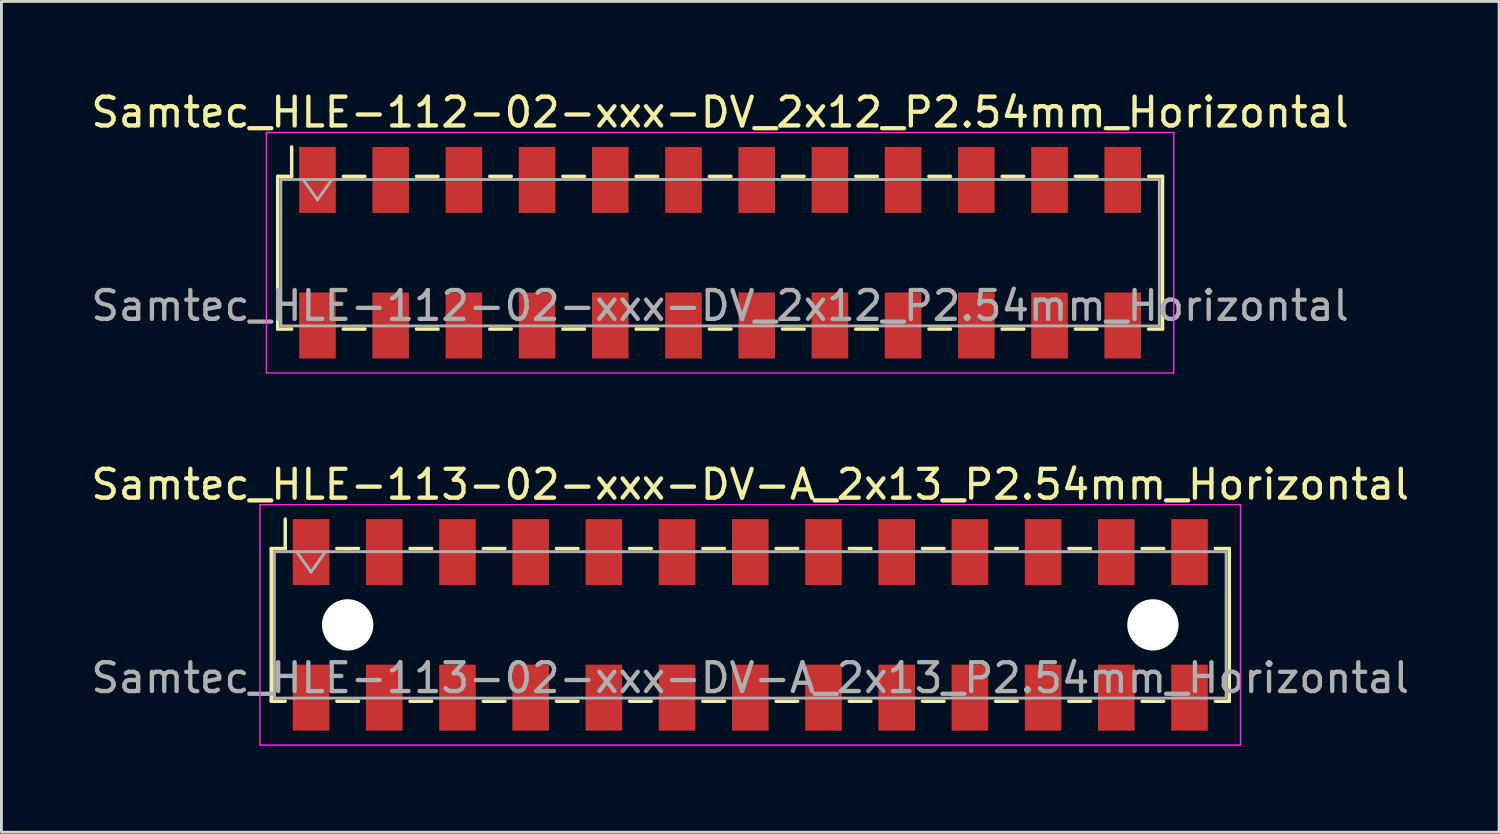
<source format=kicad_pcb>
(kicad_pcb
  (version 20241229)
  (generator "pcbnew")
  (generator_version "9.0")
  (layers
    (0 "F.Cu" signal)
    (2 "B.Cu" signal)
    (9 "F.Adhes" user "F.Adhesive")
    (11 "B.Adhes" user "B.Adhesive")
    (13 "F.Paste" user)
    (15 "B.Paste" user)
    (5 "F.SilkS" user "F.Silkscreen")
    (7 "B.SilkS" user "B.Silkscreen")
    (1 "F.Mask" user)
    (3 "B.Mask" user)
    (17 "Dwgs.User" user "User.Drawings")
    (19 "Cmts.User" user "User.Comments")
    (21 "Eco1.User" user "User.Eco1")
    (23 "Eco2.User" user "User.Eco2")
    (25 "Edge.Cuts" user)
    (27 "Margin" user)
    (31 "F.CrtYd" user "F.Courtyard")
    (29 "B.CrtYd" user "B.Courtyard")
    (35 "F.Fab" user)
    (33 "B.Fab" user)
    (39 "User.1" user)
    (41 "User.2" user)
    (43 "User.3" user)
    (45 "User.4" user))
  (footprint "Samtec_HLE-112-02-xxx-DV_2x12_P2.54mm_Horizontal"
    (layer "F.Cu")
    (at 21.935 5.718)
    (property "Reference" "Samtec_HLE-112-02-xxx-DV_2x12_P2.54mm_Horizontal" (at 0 -4.87 0) (layer "F.SilkS") (effects (font (size 1 1) (thickness 0.15))))
    (attr smd)
    (fp_line (start -15.35 -2.65) (end -15.35 2.65) (stroke (width 0.12) (type solid)) (layer "F.SilkS"))
    (fp_line (start -15.35 2.65) (end -14.865 2.65) (stroke (width 0.12) (type solid)) (layer "F.SilkS"))
    (fp_line (start -14.865 -3.67) (end -14.865 -2.65) (stroke (width 0.12) (type solid)) (layer "F.SilkS"))
    (fp_line (start -14.865 -2.65) (end -15.35 -2.65) (stroke (width 0.12) (type solid)) (layer "F.SilkS"))
    (fp_line (start -13.075 -2.65) (end -12.325 -2.65) (stroke (width 0.12) (type solid)) (layer "F.SilkS"))
    (fp_line (start -13.075 2.65) (end -12.325 2.65) (stroke (width 0.12) (type solid)) (layer "F.SilkS"))
    (fp_line (start -10.535 -2.65) (end -9.785 -2.65) (stroke (width 0.12) (type solid)) (layer "F.SilkS"))
    (fp_line (start -10.535 2.65) (end -9.785 2.65) (stroke (width 0.12) (type solid)) (layer "F.SilkS"))
    (fp_line (start -7.995 -2.65) (end -7.245 -2.65) (stroke (width 0.12) (type solid)) (layer "F.SilkS"))
    (fp_line (start -7.995 2.65) (end -7.245 2.65) (stroke (width 0.12) (type solid)) (layer "F.SilkS"))
    (fp_line (start -5.455 -2.65) (end -4.705 -2.65) (stroke (width 0.12) (type solid)) (layer "F.SilkS"))
    (fp_line (start -5.455 2.65) (end -4.705 2.65) (stroke (width 0.12) (type solid)) (layer "F.SilkS"))
    (fp_line (start -2.915 -2.65) (end -2.165 -2.65) (stroke (width 0.12) (type solid)) (layer "F.SilkS"))
    (fp_line (start -2.915 2.65) (end -2.165 2.65) (stroke (width 0.12) (type solid)) (layer "F.SilkS"))
    (fp_line (start -0.375 -2.65) (end 0.375 -2.65) (stroke (width 0.12) (type solid)) (layer "F.SilkS"))
    (fp_line (start -0.375 2.65) (end 0.375 2.65) (stroke (width 0.12) (type solid)) (layer "F.SilkS"))
    (fp_line (start 2.165 -2.65) (end 2.915 -2.65) (stroke (width 0.12) (type solid)) (layer "F.SilkS"))
    (fp_line (start 2.165 2.65) (end 2.915 2.65) (stroke (width 0.12) (type solid)) (layer "F.SilkS"))
    (fp_line (start 4.705 -2.65) (end 5.455 -2.65) (stroke (width 0.12) (type solid)) (layer "F.SilkS"))
    (fp_line (start 4.705 2.65) (end 5.455 2.65) (stroke (width 0.12) (type solid)) (layer "F.SilkS"))
    (fp_line (start 7.245 -2.65) (end 7.995 -2.65) (stroke (width 0.12) (type solid)) (layer "F.SilkS"))
    (fp_line (start 7.245 2.65) (end 7.995 2.65) (stroke (width 0.12) (type solid)) (layer "F.SilkS"))
    (fp_line (start 9.785 -2.65) (end 10.535 -2.65) (stroke (width 0.12) (type solid)) (layer "F.SilkS"))
    (fp_line (start 9.785 2.65) (end 10.535 2.65) (stroke (width 0.12) (type solid)) (layer "F.SilkS"))
    (fp_line (start 12.325 -2.65) (end 13.075 -2.65) (stroke (width 0.12) (type solid)) (layer "F.SilkS"))
    (fp_line (start 12.325 2.65) (end 13.075 2.65) (stroke (width 0.12) (type solid)) (layer "F.SilkS"))
    (fp_line (start 14.865 -2.65) (end 15.35 -2.65) (stroke (width 0.12) (type solid)) (layer "F.SilkS"))
    (fp_line (start 15.35 -2.65) (end 15.35 2.65) (stroke (width 0.12) (type solid)) (layer "F.SilkS"))
    (fp_line (start 15.35 2.65) (end 14.865 2.65) (stroke (width 0.12) (type solid)) (layer "F.SilkS"))
    (fp_line (start -15.74 -4.17) (end 15.74 -4.17) (stroke (width 0.05) (type solid)) (layer "F.CrtYd"))
    (fp_line (start -15.74 4.17) (end -15.74 -4.17) (stroke (width 0.05) (type solid)) (layer "F.CrtYd"))
    (fp_line (start 15.74 -4.17) (end 15.74 4.17) (stroke (width 0.05) (type solid)) (layer "F.CrtYd"))
    (fp_line (start 15.74 4.17) (end -15.74 4.17) (stroke (width 0.05) (type solid)) (layer "F.CrtYd"))
    (fp_line (start -15.24 -2.54) (end 15.24 -2.54) (stroke (width 0.1) (type solid)) (layer "F.Fab"))
    (fp_line (start -15.24 2.54) (end -15.24 -2.54) (stroke (width 0.1) (type solid)) (layer "F.Fab"))
    (fp_line (start -14.47 -2.54) (end -13.97 -1.833) (stroke (width 0.1) (type solid)) (layer "F.Fab"))
    (fp_line (start -13.97 -1.833) (end -13.47 -2.54) (stroke (width 0.1) (type solid)) (layer "F.Fab"))
    (fp_line (start 15.24 -2.54) (end 15.24 2.54) (stroke (width 0.1) (type solid)) (layer "F.Fab"))
    (fp_line (start 15.24 2.54) (end -15.24 2.54) (stroke (width 0.1) (type solid)) (layer "F.Fab"))
    (fp_text user "${REFERENCE}" (at 0 1.84 0) (layer "F.Fab") (effects (font (size 1 1) (thickness 0.15))))
    (pad "1" smd rect (at -13.97 -2.525) (size 1.27 2.29) (layers "F.Cu" "F.Mask" "F.Paste"))
    (pad "2" smd rect (at -13.97 2.525) (size 1.27 2.29) (layers "F.Cu" "F.Mask" "F.Paste"))
    (pad "3" smd rect (at -11.43 -2.525) (size 1.27 2.29) (layers "F.Cu" "F.Mask" "F.Paste"))
    (pad "4" smd rect (at -11.43 2.525) (size 1.27 2.29) (layers "F.Cu" "F.Mask" "F.Paste"))
    (pad "5" smd rect (at -8.89 -2.525) (size 1.27 2.29) (layers "F.Cu" "F.Mask" "F.Paste"))
    (pad "6" smd rect (at -8.89 2.525) (size 1.27 2.29) (layers "F.Cu" "F.Mask" "F.Paste"))
    (pad "7" smd rect (at -6.35 -2.525) (size 1.27 2.29) (layers "F.Cu" "F.Mask" "F.Paste"))
    (pad "8" smd rect (at -6.35 2.525) (size 1.27 2.29) (layers "F.Cu" "F.Mask" "F.Paste"))
    (pad "9" smd rect (at -3.81 -2.525) (size 1.27 2.29) (layers "F.Cu" "F.Mask" "F.Paste"))
    (pad "10" smd rect (at -3.81 2.525) (size 1.27 2.29) (layers "F.Cu" "F.Mask" "F.Paste"))
    (pad "11" smd rect (at -1.27 -2.525) (size 1.27 2.29) (layers "F.Cu" "F.Mask" "F.Paste"))
    (pad "12" smd rect (at -1.27 2.525) (size 1.27 2.29) (layers "F.Cu" "F.Mask" "F.Paste"))
    (pad "13" smd rect (at 1.27 -2.525) (size 1.27 2.29) (layers "F.Cu" "F.Mask" "F.Paste"))
    (pad "14" smd rect (at 1.27 2.525) (size 1.27 2.29) (layers "F.Cu" "F.Mask" "F.Paste"))
    (pad "15" smd rect (at 3.81 -2.525) (size 1.27 2.29) (layers "F.Cu" "F.Mask" "F.Paste"))
    (pad "16" smd rect (at 3.81 2.525) (size 1.27 2.29) (layers "F.Cu" "F.Mask" "F.Paste"))
    (pad "17" smd rect (at 6.35 -2.525) (size 1.27 2.29) (layers "F.Cu" "F.Mask" "F.Paste"))
    (pad "18" smd rect (at 6.35 2.525) (size 1.27 2.29) (layers "F.Cu" "F.Mask" "F.Paste"))
    (pad "19" smd rect (at 8.89 -2.525) (size 1.27 2.29) (layers "F.Cu" "F.Mask" "F.Paste"))
    (pad "20" smd rect (at 8.89 2.525) (size 1.27 2.29) (layers "F.Cu" "F.Mask" "F.Paste"))
    (pad "21" smd rect (at 11.43 -2.525) (size 1.27 2.29) (layers "F.Cu" "F.Mask" "F.Paste"))
    (pad "22" smd rect (at 11.43 2.525) (size 1.27 2.29) (layers "F.Cu" "F.Mask" "F.Paste"))
    (pad "23" smd rect (at 13.97 -2.525) (size 1.27 2.29) (layers "F.Cu" "F.Mask" "F.Paste"))
    (pad "24" smd rect (at 13.97 2.525) (size 1.27 2.29) (layers "F.Cu" "F.Mask" "F.Paste")))
  (footprint "Samtec_HLE-113-02-xxx-DV-A_2x13_P2.54mm_Horizontal"
    (layer "F.Cu")
    (at 22.982 18.631)
    (property "Reference" "Samtec_HLE-113-02-xxx-DV-A_2x13_P2.54mm_Horizontal" (at 0 -4.87 0) (layer "F.SilkS") (effects (font (size 1 1) (thickness 0.15))))
    (attr smd)
    (fp_line (start -16.62 -2.65) (end -16.62 2.65) (stroke (width 0.12) (type solid)) (layer "F.SilkS"))
    (fp_line (start -16.62 2.65) (end -16.135 2.65) (stroke (width 0.12) (type solid)) (layer "F.SilkS"))
    (fp_line (start -16.135 -3.67) (end -16.135 -2.65) (stroke (width 0.12) (type solid)) (layer "F.SilkS"))
    (fp_line (start -16.135 -2.65) (end -16.62 -2.65) (stroke (width 0.12) (type solid)) (layer "F.SilkS"))
    (fp_line (start -14.345 -2.65) (end -13.595 -2.65) (stroke (width 0.12) (type solid)) (layer "F.SilkS"))
    (fp_line (start -14.345 2.65) (end -13.595 2.65) (stroke (width 0.12) (type solid)) (layer "F.SilkS"))
    (fp_line (start -11.805 -2.65) (end -11.055 -2.65) (stroke (width 0.12) (type solid)) (layer "F.SilkS"))
    (fp_line (start -11.805 2.65) (end -11.055 2.65) (stroke (width 0.12) (type solid)) (layer "F.SilkS"))
    (fp_line (start -9.265 -2.65) (end -8.515 -2.65) (stroke (width 0.12) (type solid)) (layer "F.SilkS"))
    (fp_line (start -9.265 2.65) (end -8.515 2.65) (stroke (width 0.12) (type solid)) (layer "F.SilkS"))
    (fp_line (start -6.725 -2.65) (end -5.975 -2.65) (stroke (width 0.12) (type solid)) (layer "F.SilkS"))
    (fp_line (start -6.725 2.65) (end -5.975 2.65) (stroke (width 0.12) (type solid)) (layer "F.SilkS"))
    (fp_line (start -4.185 -2.65) (end -3.435 -2.65) (stroke (width 0.12) (type solid)) (layer "F.SilkS"))
    (fp_line (start -4.185 2.65) (end -3.435 2.65) (stroke (width 0.12) (type solid)) (layer "F.SilkS"))
    (fp_line (start -1.645 -2.65) (end -0.895 -2.65) (stroke (width 0.12) (type solid)) (layer "F.SilkS"))
    (fp_line (start -1.645 2.65) (end -0.895 2.65) (stroke (width 0.12) (type solid)) (layer "F.SilkS"))
    (fp_line (start 0.895 -2.65) (end 1.645 -2.65) (stroke (width 0.12) (type solid)) (layer "F.SilkS"))
    (fp_line (start 0.895 2.65) (end 1.645 2.65) (stroke (width 0.12) (type solid)) (layer "F.SilkS"))
    (fp_line (start 3.435 -2.65) (end 4.185 -2.65) (stroke (width 0.12) (type solid)) (layer "F.SilkS"))
    (fp_line (start 3.435 2.65) (end 4.185 2.65) (stroke (width 0.12) (type solid)) (layer "F.SilkS"))
    (fp_line (start 5.975 -2.65) (end 6.725 -2.65) (stroke (width 0.12) (type solid)) (layer "F.SilkS"))
    (fp_line (start 5.975 2.65) (end 6.725 2.65) (stroke (width 0.12) (type solid)) (layer "F.SilkS"))
    (fp_line (start 8.515 -2.65) (end 9.265 -2.65) (stroke (width 0.12) (type solid)) (layer "F.SilkS"))
    (fp_line (start 8.515 2.65) (end 9.265 2.65) (stroke (width 0.12) (type solid)) (layer "F.SilkS"))
    (fp_line (start 11.055 -2.65) (end 11.805 -2.65) (stroke (width 0.12) (type solid)) (layer "F.SilkS"))
    (fp_line (start 11.055 2.65) (end 11.805 2.65) (stroke (width 0.12) (type solid)) (layer "F.SilkS"))
    (fp_line (start 13.595 -2.65) (end 14.345 -2.65) (stroke (width 0.12) (type solid)) (layer "F.SilkS"))
    (fp_line (start 13.595 2.65) (end 14.345 2.65) (stroke (width 0.12) (type solid)) (layer "F.SilkS"))
    (fp_line (start 16.135 -2.65) (end 16.62 -2.65) (stroke (width 0.12) (type solid)) (layer "F.SilkS"))
    (fp_line (start 16.62 -2.65) (end 16.62 2.65) (stroke (width 0.12) (type solid)) (layer "F.SilkS"))
    (fp_line (start 16.62 2.65) (end 16.135 2.65) (stroke (width 0.12) (type solid)) (layer "F.SilkS"))
    (fp_line (start -17.01 -4.17) (end 17.01 -4.17) (stroke (width 0.05) (type solid)) (layer "F.CrtYd"))
    (fp_line (start -17.01 4.17) (end -17.01 -4.17) (stroke (width 0.05) (type solid)) (layer "F.CrtYd"))
    (fp_line (start 17.01 -4.17) (end 17.01 4.17) (stroke (width 0.05) (type solid)) (layer "F.CrtYd"))
    (fp_line (start 17.01 4.17) (end -17.01 4.17) (stroke (width 0.05) (type solid)) (layer "F.CrtYd"))
    (fp_line (start -16.51 -2.54) (end 16.51 -2.54) (stroke (width 0.1) (type solid)) (layer "F.Fab"))
    (fp_line (start -16.51 2.54) (end -16.51 -2.54) (stroke (width 0.1) (type solid)) (layer "F.Fab"))
    (fp_line (start -15.74 -2.54) (end -15.24 -1.833) (stroke (width 0.1) (type solid)) (layer "F.Fab"))
    (fp_line (start -15.24 -1.833) (end -14.74 -2.54) (stroke (width 0.1) (type solid)) (layer "F.Fab"))
    (fp_line (start 16.51 -2.54) (end 16.51 2.54) (stroke (width 0.1) (type solid)) (layer "F.Fab"))
    (fp_line (start 16.51 2.54) (end -16.51 2.54) (stroke (width 0.1) (type solid)) (layer "F.Fab"))
    (fp_text user "${REFERENCE}" (at 0 1.84 0) (layer "F.Fab") (effects (font (size 1 1) (thickness 0.15))))
    (pad "" np_thru_hole circle (at -13.97 0) (size 1.78 1.78) (drill 1.78) (layers "*.Cu" "*.Mask"))
    (pad "" np_thru_hole circle (at 13.97 0) (size 1.78 1.78) (drill 1.78) (layers "*.Cu" "*.Mask"))
    (pad "1" smd rect (at -15.24 -2.525) (size 1.27 2.29) (layers "F.Cu" "F.Mask" "F.Paste"))
    (pad "2" smd rect (at -15.24 2.525) (size 1.27 2.29) (layers "F.Cu" "F.Mask" "F.Paste"))
    (pad "3" smd rect (at -12.7 -2.525) (size 1.27 2.29) (layers "F.Cu" "F.Mask" "F.Paste"))
    (pad "4" smd rect (at -12.7 2.525) (size 1.27 2.29) (layers "F.Cu" "F.Mask" "F.Paste"))
    (pad "5" smd rect (at -10.16 -2.525) (size 1.27 2.29) (layers "F.Cu" "F.Mask" "F.Paste"))
    (pad "6" smd rect (at -10.16 2.525) (size 1.27 2.29) (layers "F.Cu" "F.Mask" "F.Paste"))
    (pad "7" smd rect (at -7.62 -2.525) (size 1.27 2.29) (layers "F.Cu" "F.Mask" "F.Paste"))
    (pad "8" smd rect (at -7.62 2.525) (size 1.27 2.29) (layers "F.Cu" "F.Mask" "F.Paste"))
    (pad "9" smd rect (at -5.08 -2.525) (size 1.27 2.29) (layers "F.Cu" "F.Mask" "F.Paste"))
    (pad "10" smd rect (at -5.08 2.525) (size 1.27 2.29) (layers "F.Cu" "F.Mask" "F.Paste"))
    (pad "11" smd rect (at -2.54 -2.525) (size 1.27 2.29) (layers "F.Cu" "F.Mask" "F.Paste"))
    (pad "12" smd rect (at -2.54 2.525) (size 1.27 2.29) (layers "F.Cu" "F.Mask" "F.Paste"))
    (pad "13" smd rect (at 0 -2.525) (size 1.27 2.29) (layers "F.Cu" "F.Mask" "F.Paste"))
    (pad "14" smd rect (at 0 2.525) (size 1.27 2.29) (layers "F.Cu" "F.Mask" "F.Paste"))
    (pad "15" smd rect (at 2.54 -2.525) (size 1.27 2.29) (layers "F.Cu" "F.Mask" "F.Paste"))
    (pad "16" smd rect (at 2.54 2.525) (size 1.27 2.29) (layers "F.Cu" "F.Mask" "F.Paste"))
    (pad "17" smd rect (at 5.08 -2.525) (size 1.27 2.29) (layers "F.Cu" "F.Mask" "F.Paste"))
    (pad "18" smd rect (at 5.08 2.525) (size 1.27 2.29) (layers "F.Cu" "F.Mask" "F.Paste"))
    (pad "19" smd rect (at 7.62 -2.525) (size 1.27 2.29) (layers "F.Cu" "F.Mask" "F.Paste"))
    (pad "20" smd rect (at 7.62 2.525) (size 1.27 2.29) (layers "F.Cu" "F.Mask" "F.Paste"))
    (pad "21" smd rect (at 10.16 -2.525) (size 1.27 2.29) (layers "F.Cu" "F.Mask" "F.Paste"))
    (pad "22" smd rect (at 10.16 2.525) (size 1.27 2.29) (layers "F.Cu" "F.Mask" "F.Paste"))
    (pad "23" smd rect (at 12.7 -2.525) (size 1.27 2.29) (layers "F.Cu" "F.Mask" "F.Paste"))
    (pad "24" smd rect (at 12.7 2.525) (size 1.27 2.29) (layers "F.Cu" "F.Mask" "F.Paste"))
    (pad "25" smd rect (at 15.24 -2.525) (size 1.27 2.29) (layers "F.Cu" "F.Mask" "F.Paste"))
    (pad "26" smd rect (at 15.24 2.525) (size 1.27 2.29) (layers "F.Cu" "F.Mask" "F.Paste")))
  (gr_rect
    (start -3 -3)
    (end 48.964 25.826)
    (stroke (width 0.1) (type default))
    (fill no)
    (layer "Edge.Cuts")))
</source>
